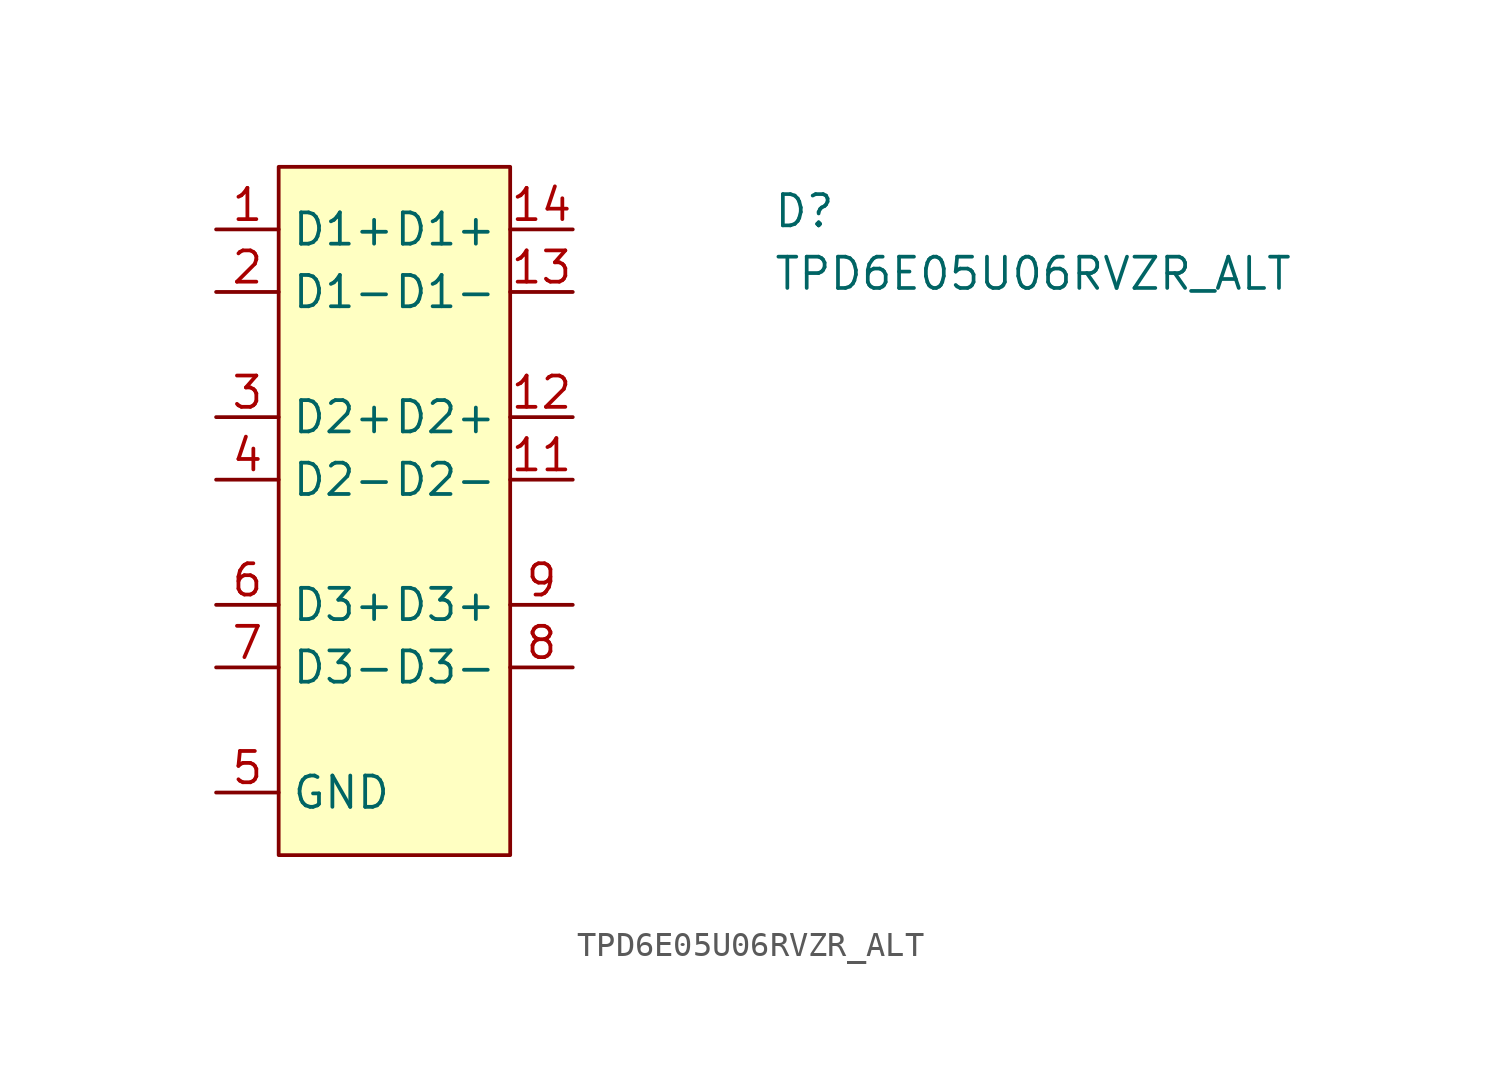
<source format=kicad_sym>
(kicad_symbol_lib
  (version 20211014)
  (generator kicad_symbol_editor)
  (symbol "TPD6E05U06RVZR_ALT"
    (property "Reference" "D"
      (at 22.606 0 0)
      (effects (font (size 1.27 1.27) (thickness 0.15)) (justify left bottom)))
    (property "Value" "TPD6E05U06RVZR_ALT"
      (at 22.606 -2.54 0)
      (effects (font (size 1.27 1.27) (thickness 0.15)) (justify left bottom)))
    (symbol "TPD6E05U06RVZR_ALT_0_0"
      (pin passive line (at 0 0 0) (length 2.54) (name "D1+" (effects (font (size 1.27 1.27)))) (number "1" (effects (font (size 1.27 1.27)))))
      (pin passive line (at 0 -2.54 0) (length 2.54) (name "D1-" (effects (font (size 1.27 1.27)))) (number "2" (effects (font (size 1.27 1.27)))))
      (pin passive line (at 0 -7.62 0) (length 2.54) (name "D2+" (effects (font (size 1.27 1.27)))) (number "3" (effects (font (size 1.27 1.27)))))
      (pin passive line (at 0 -10.16 0) (length 2.54) (name "D2-" (effects (font (size 1.27 1.27)))) (number "4" (effects (font (size 1.27 1.27)))))
      (pin passive line (at 0 -15.24 0) (length 2.54) (name "D3+" (effects (font (size 1.27 1.27)))) (number "6" (effects (font (size 1.27 1.27)))))
      (pin passive line (at 0 -17.78 0) (length 2.54) (name "D3-" (effects (font (size 1.27 1.27)))) (number "7" (effects (font (size 1.27 1.27))))))
    (symbol "TPD6E05U06RVZR_ALT_0_1"
      (rectangle (start 2.54 2.54) (end 11.938 -25.4) (stroke (width 0) (type default) (color 0 0 0 0)) (fill (type background))))
    (symbol "TPD6E05U06RVZR_ALT_1_1"
      (pin passive line (at 0 -22.86 0) (length 2.54) hide (name "GND" (effects (font (size 1.27 1.27)))) (number "10" (effects (font (size 1.27 1.27)))))
      (pin passive line (at 14.478 -10.16 180) (length 2.54) (name "D2-" (effects (font (size 1.27 1.27)))) (number "11" (effects (font (size 1.27 1.27)))))
      (pin passive line (at 14.478 -7.62 180) (length 2.54) (name "D2+" (effects (font (size 1.27 1.27)))) (number "12" (effects (font (size 1.27 1.27)))))
      (pin passive line (at 14.478 -2.54 180) (length 2.54) (name "D1-" (effects (font (size 1.27 1.27)))) (number "13" (effects (font (size 1.27 1.27)))))
      (pin passive line (at 14.478 0 180) (length 2.54) (name "D1+" (effects (font (size 1.27 1.27)))) (number "14" (effects (font (size 1.27 1.27)))))
      (pin power_in line (at 0 -22.86 0) (length 2.54) (name "GND" (effects (font (size 1.27 1.27)))) (number "5" (effects (font (size 1.27 1.27)))))
      (pin passive line (at 14.478 -17.78 180) (length 2.54) (name "D3-" (effects (font (size 1.27 1.27)))) (number "8" (effects (font (size 1.27 1.27)))))
      (pin passive line (at 14.478 -15.24 180) (length 2.54) (name "D3+" (effects (font (size 1.27 1.27)))) (number "9" (effects (font (size 1.27 1.27))))))))
</source>
